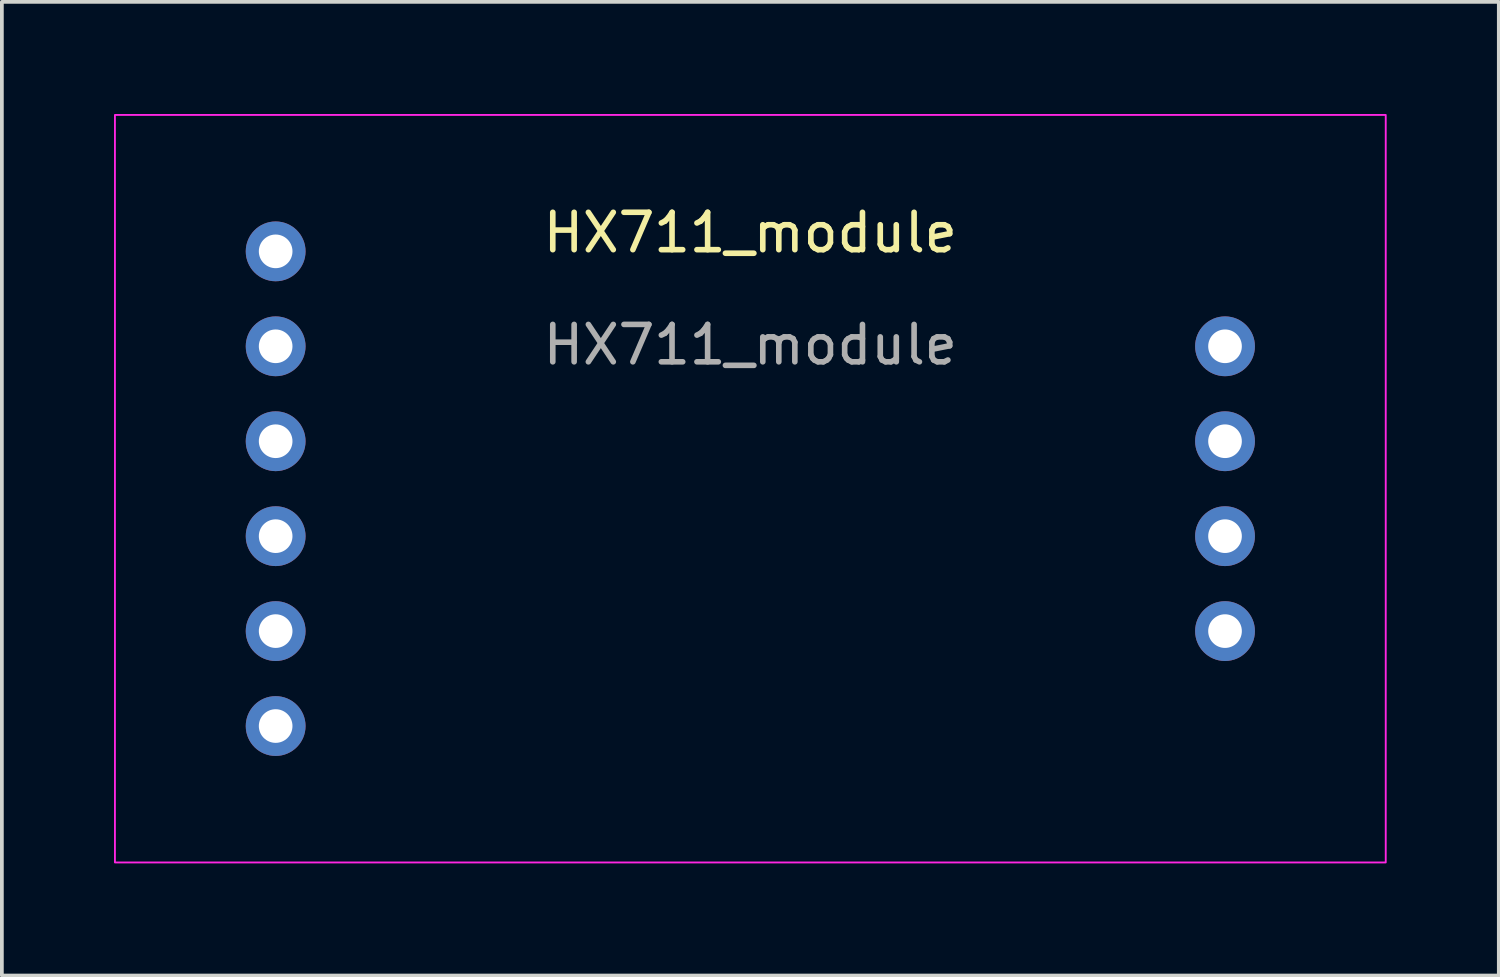
<source format=kicad_pcb>
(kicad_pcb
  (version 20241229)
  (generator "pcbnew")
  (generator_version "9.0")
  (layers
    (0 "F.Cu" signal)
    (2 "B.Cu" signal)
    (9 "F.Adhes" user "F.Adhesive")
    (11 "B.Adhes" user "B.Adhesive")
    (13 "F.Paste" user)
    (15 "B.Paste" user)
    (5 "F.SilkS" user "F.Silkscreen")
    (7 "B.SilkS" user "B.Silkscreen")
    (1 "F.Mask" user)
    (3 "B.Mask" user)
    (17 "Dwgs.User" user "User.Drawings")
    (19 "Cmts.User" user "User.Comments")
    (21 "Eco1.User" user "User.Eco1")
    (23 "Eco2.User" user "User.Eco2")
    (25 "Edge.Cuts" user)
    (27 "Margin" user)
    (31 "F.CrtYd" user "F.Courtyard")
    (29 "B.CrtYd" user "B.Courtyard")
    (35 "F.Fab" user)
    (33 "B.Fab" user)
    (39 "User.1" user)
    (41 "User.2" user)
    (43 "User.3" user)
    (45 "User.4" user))
  (footprint "HX711_module"
    (layer "F.Cu")
    (at 17.025 3.675)
    (property "Reference" "HX711_module" (at 0 -0.5 0) (unlocked yes) (layer "F.SilkS") (effects (font (size 1 1) (thickness 0.15))))
    (attr through_hole)
    (fp_rect (start -17 -3.65) (end 17 16.35) (stroke (width 0.05) (type solid)) (fill no) (layer "F.CrtYd"))
    (fp_text user "${REFERENCE}" (at 0 2.5 0) (unlocked yes) (layer "F.Fab") (effects (font (size 1 1) (thickness 0.15))))
    (pad "1" thru_hole circle (at -12.7 0) (size 1.6 1.6) (drill 0.9) (layers "*.Cu" "*.Mask"))
    (pad "2" thru_hole circle (at -12.7 2.54) (size 1.6 1.6) (drill 0.9) (layers "*.Cu" "*.Mask"))
    (pad "3" thru_hole circle (at -12.7 5.08) (size 1.6 1.6) (drill 0.9) (layers "*.Cu" "*.Mask"))
    (pad "4" thru_hole circle (at -12.7 7.62) (size 1.6 1.6) (drill 0.9) (layers "*.Cu" "*.Mask"))
    (pad "5" thru_hole circle (at -12.7 10.16) (size 1.6 1.6) (drill 0.9) (layers "*.Cu" "*.Mask"))
    (pad "6" thru_hole circle (at -12.7 12.7) (size 1.6 1.6) (drill 0.9) (layers "*.Cu" "*.Mask"))
    (pad "7" thru_hole circle (at 12.7 10.16) (size 1.6 1.6) (drill 0.9) (layers "*.Cu" "*.Mask"))
    (pad "8" thru_hole circle (at 12.7 7.62) (size 1.6 1.6) (drill 0.9) (layers "*.Cu" "*.Mask"))
    (pad "9" thru_hole circle (at 12.7 5.08) (size 1.6 1.6) (drill 0.9) (layers "*.Cu" "*.Mask"))
    (pad "10" thru_hole circle (at 12.7 2.54) (size 1.6 1.6) (drill 0.9) (layers "*.Cu" "*.Mask")))
  (gr_rect
    (start -3 -3)
    (end 37.05 23.05)
    (stroke (width 0.1) (type default))
    (fill no)
    (layer "Edge.Cuts")))
</source>
